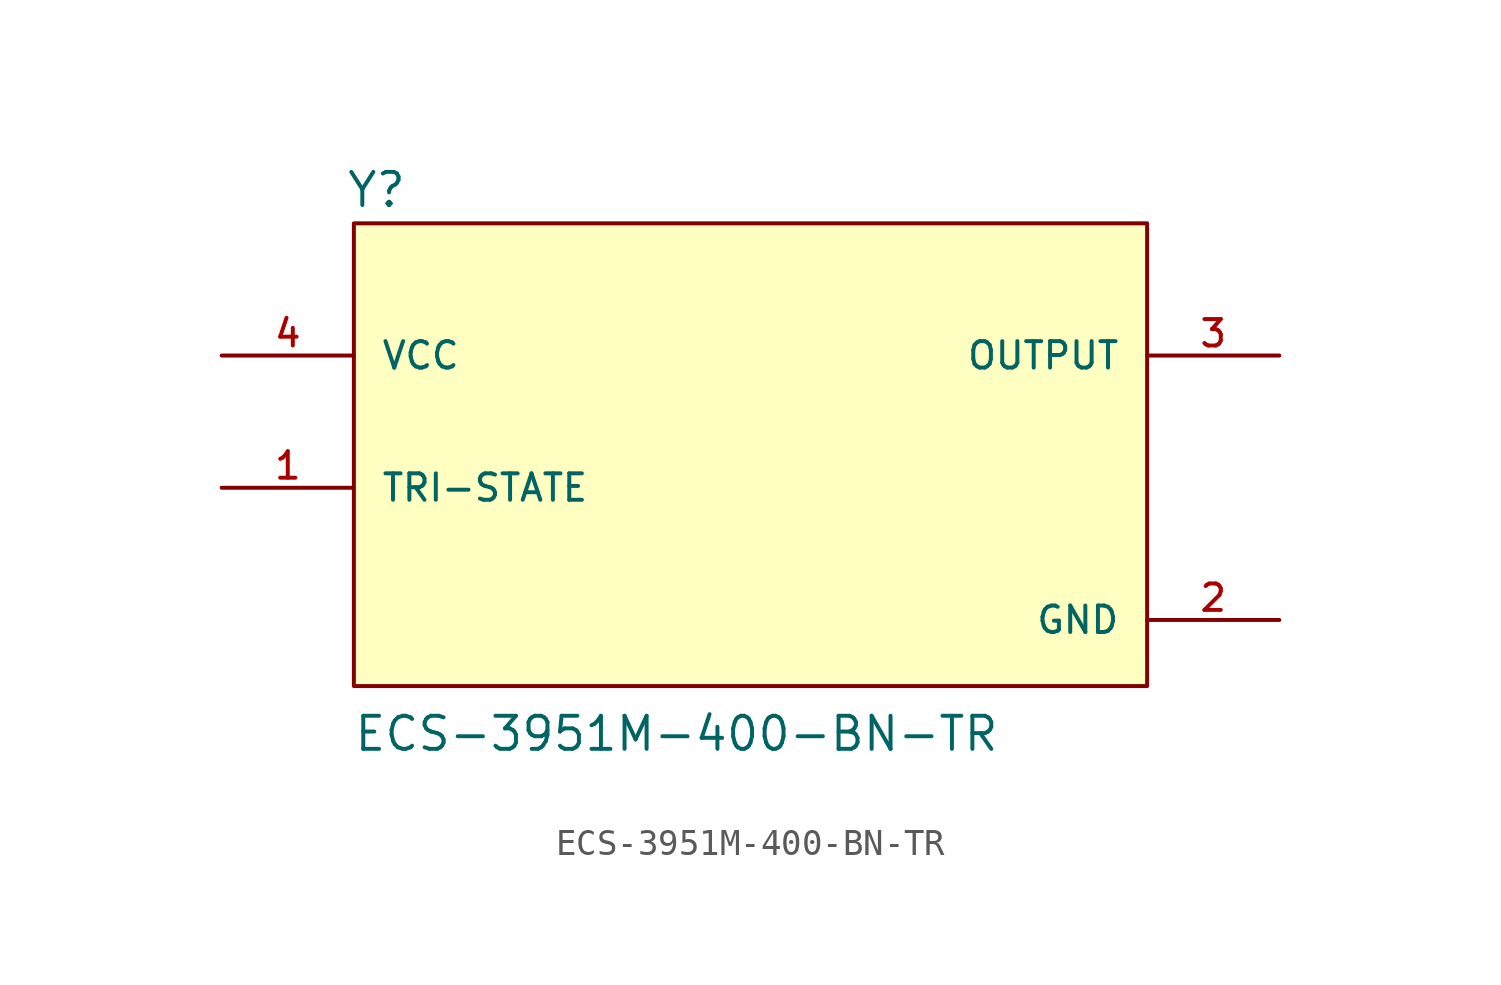
<source format=kicad_sym>
(kicad_symbol_lib
  (version 20211014)
  (generator kicad_symbol_editor)
  (symbol "ECS-3951M-400-BN-TR"
    (pin_names
      (offset 1.016))
    (property "Reference" "Y"
      (at -15.56 8.163 0)
      (effects (font (size 1.27 1.27)) (justify bottom left)))
    (property "Value" "ECS-3951M-400-BN-TR"
      (at -15.281 -12.735 0)
      (effects (font (size 1.27 1.27)) (justify bottom left)))
    (symbol "ECS-3951M-400-BN-TR_0_0"
      (rectangle (start -15.24 -10.16) (end 15.24 7.62) (stroke (width 0.152)) (fill (type background)))
      (pin input line (at -20.32 -2.54 0) (length 5.08) (name "TRI-STATE" (effects (font (size 1.016 1.016)))) (number "1" (effects (font (size 1.016 1.016)))))
      (pin input line (at -20.32 2.54 0) (length 5.08) (name "VCC" (effects (font (size 1.016 1.016)))) (number "4" (effects (font (size 1.016 1.016)))))
      (pin output line (at 20.32 2.54 180.0) (length 5.08) (name "OUTPUT" (effects (font (size 1.016 1.016)))) (number "3" (effects (font (size 1.016 1.016)))))
      (pin power_in line (at 20.32 -7.62 180.0) (length 5.08) (name "GND" (effects (font (size 1.016 1.016)))) (number "2" (effects (font (size 1.016 1.016))))))))
</source>
